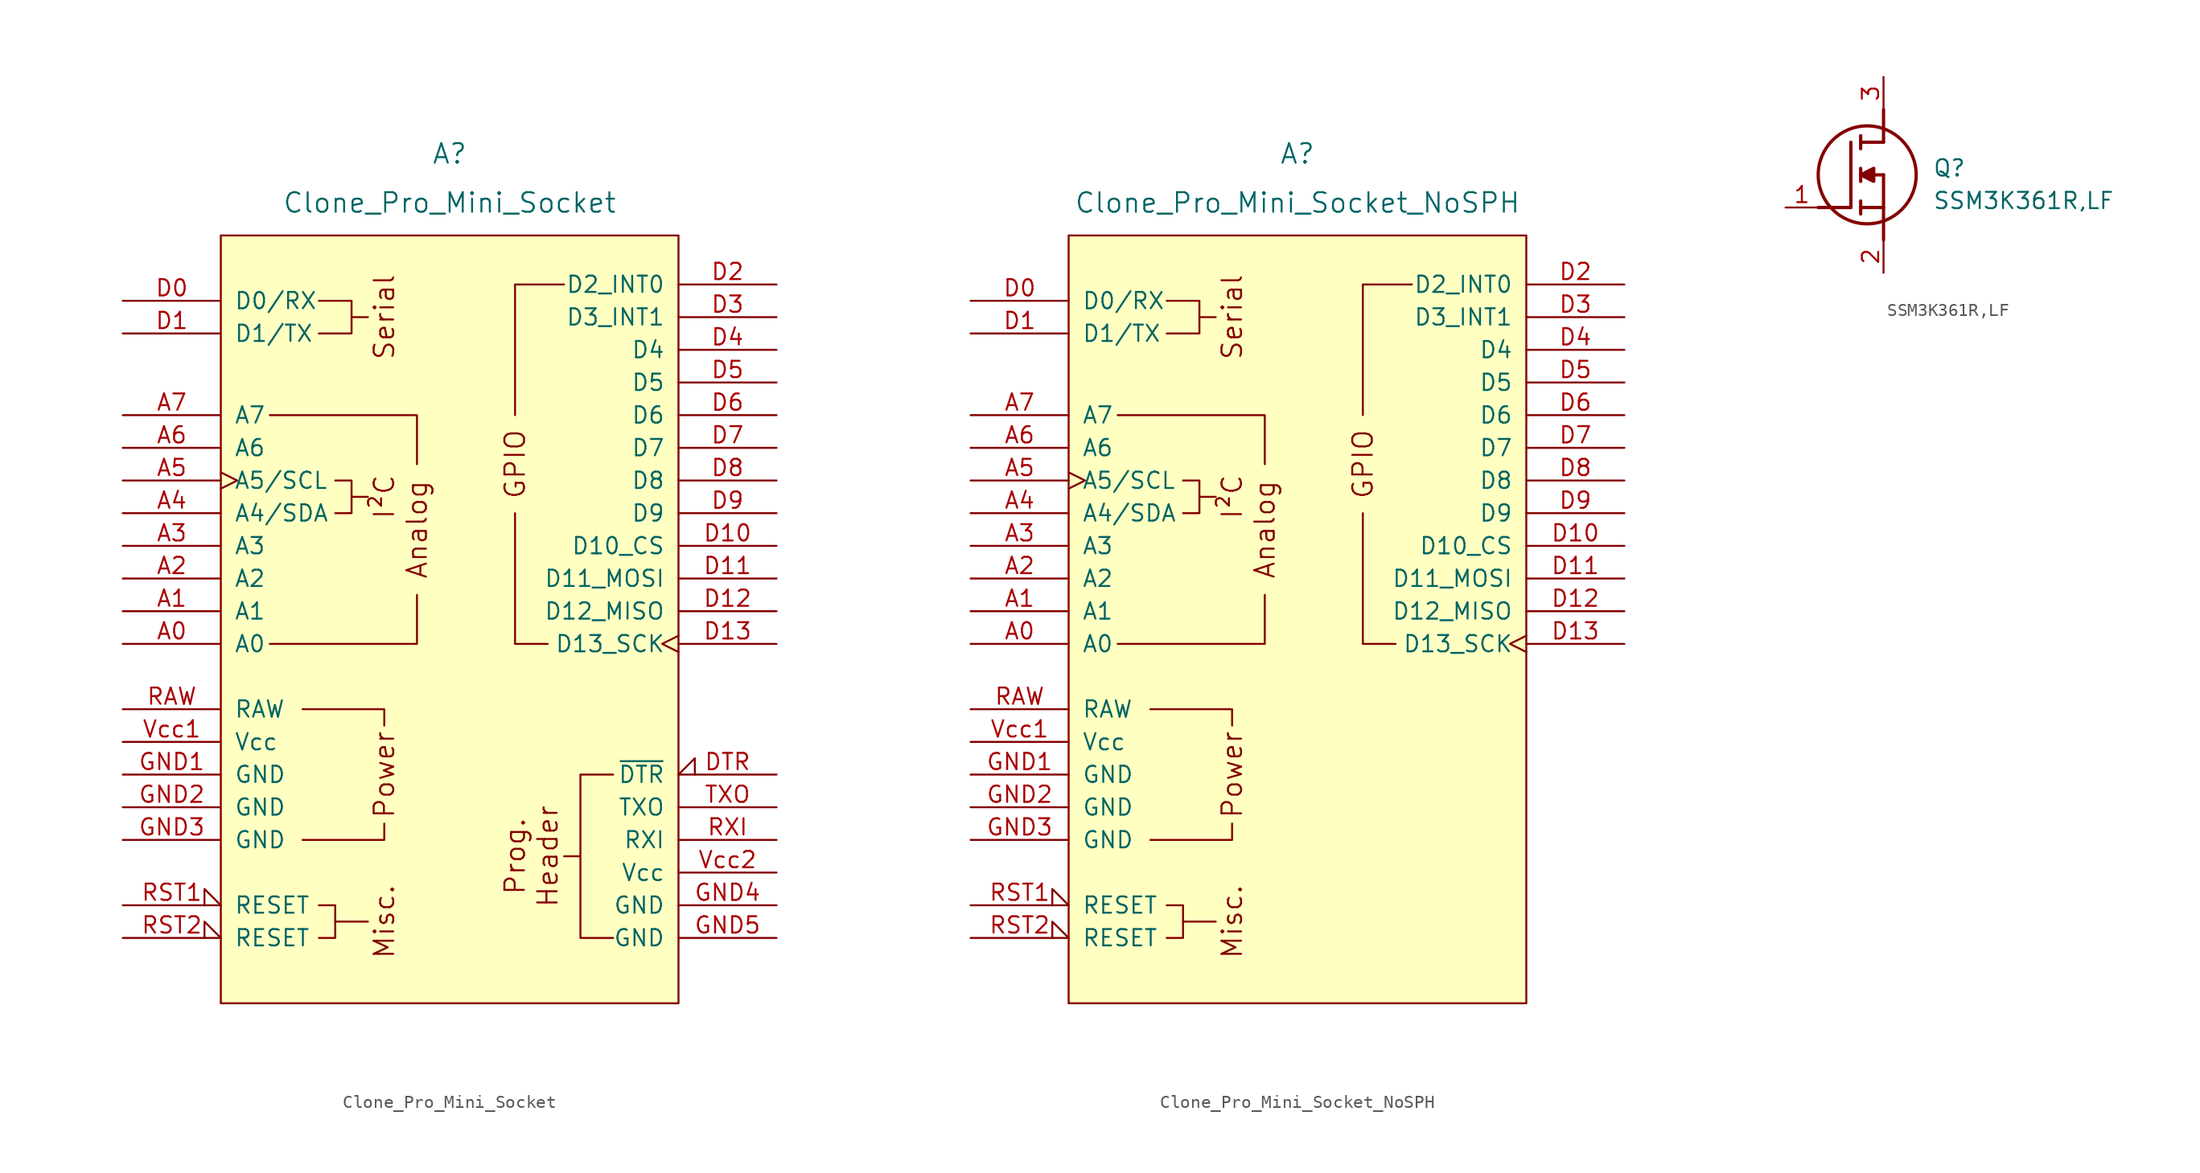
<source format=kicad_sym>
(kicad_symbol_lib
  (version 20241209)
  (generator "kicad_symbol_editor")
  (generator_version "9.0")
  (symbol "Clone_Pro_Mini_Socket"
    (pin_names
      (offset 1.016))
    (property "Reference" "A"
      (at 0 36.83 0)
      (effects (font (size 1.524 1.524))))
    (property "Value" "Clone_Pro_Mini_Socket"
      (at 0 33.02 0)
      (effects (font (size 1.524 1.524))))
    (symbol "Clone_Pro_Mini_Socket_0_0"
      (rectangle (start -17.78 30.48) (end 17.78 -29.21) (stroke (width 0) (type default)) (fill (type background)))
      (polyline (pts (xy -11.43 -16.51) (xy -5.08 -16.51) (xy -5.08 -15.24)) (stroke (width 0) (type default)) (fill (type none)))
      (polyline (pts (xy -10.16 25.4) (xy -7.62 25.4) (xy -7.62 22.86) (xy -10.16 22.86)) (stroke (width 0) (type default)) (fill (type none)))
      (polyline (pts (xy -8.89 11.43) (xy -7.62 11.43) (xy -7.62 8.89) (xy -8.89 8.89)) (stroke (width 0) (type default)) (fill (type none)))
      (polyline (pts (xy -7.62 24.13) (xy -6.35 24.13)) (stroke (width 0) (type default)) (fill (type none)))
      (polyline (pts (xy -7.62 10.16) (xy -6.35 10.16)) (stroke (width 0) (type default)) (fill (type none)))
      (polyline (pts (xy -6.35 -22.86) (xy -8.89 -22.86)) (stroke (width 0) (type default)) (fill (type none)))
      (polyline (pts (xy -5.08 -7.62) (xy -5.08 -6.35) (xy -11.43 -6.35)) (stroke (width 0) (type default)) (fill (type none)))
      (polyline (pts (xy -2.54 12.7) (xy -2.54 16.51) (xy -13.97 16.51)) (stroke (width 0) (type default)) (fill (type none)))
      (polyline (pts (xy -2.54 2.54) (xy -2.54 -1.27) (xy -13.97 -1.27)) (stroke (width 0) (type default)) (fill (type none)))
      (polyline (pts (xy 12.7 -11.43) (xy 10.16 -11.43) (xy 10.16 -16.51) (xy 10.16 -17.78) (xy 8.89 -17.78) (xy 10.16 -17.78) (xy 10.16 -24.13) (xy 12.7 -24.13)) (stroke (width 0) (type default)) (fill (type none)))
      (text "Serial" (at -5.08 24.13 900) (effects (font (size 1.524 1.524))))
      (text "I²C" (at -5.08 10.16 900) (effects (font (size 1.524 1.524))))
      (text "Power" (at -5.08 -11.43 900) (effects (font (size 1.524 1.524))))
      (text "Misc." (at -5.08 -22.86 900) (effects (font (size 1.524 1.524))))
      (text "Analog" (at -2.54 7.62 900) (effects (font (size 1.524 1.524))))
      (text "Prog." (at 5.08 -17.78 900) (effects (font (size 1.524 1.524))))
      (text "Header" (at 7.62 -17.78 900) (effects (font (size 1.524 1.524)))))
    (symbol "Clone_Pro_Mini_Socket_0_1"
      (polyline (pts (xy -10.16 -24.13) (xy -8.89 -24.13) (xy -8.89 -21.59) (xy -10.16 -21.59)) (stroke (width 0) (type default)) (fill (type none)))
      (polyline (pts (xy 7.62 -1.27) (xy 5.08 -1.27) (xy 5.08 8.89)) (stroke (width 0) (type default)) (fill (type none)))
      (polyline (pts (xy 8.89 26.67) (xy 5.08 26.67) (xy 5.08 16.51)) (stroke (width 0) (type default)) (fill (type none))))
    (symbol "Clone_Pro_Mini_Socket_1_0"
      (text "GPIO" (at 5.08 12.7 900) (effects (font (size 1.524 1.524)))))
    (symbol "Clone_Pro_Mini_Socket_1_1"
      (pin bidirectional line (at -25.4 25.4 0) (length 7.62) (name "D0/RX" (effects (font (size 1.27 1.27)))) (number "D0" (effects (font (size 1.27 1.27)))))
      (pin bidirectional line (at -25.4 22.86 0) (length 7.62) (name "D1/TX" (effects (font (size 1.27 1.27)))) (number "D1" (effects (font (size 1.27 1.27)))))
      (pin input line (at -25.4 16.51 0) (length 7.62) (name "A7" (effects (font (size 1.27 1.27)))) (number "A7" (effects (font (size 1.27 1.27)))))
      (pin input line (at -25.4 13.97 0) (length 7.62) (name "A6" (effects (font (size 1.27 1.27)))) (number "A6" (effects (font (size 1.27 1.27)))))
      (pin bidirectional clock (at -25.4 11.43 0) (length 7.62) (name "A5/SCL" (effects (font (size 1.27 1.27)))) (number "A5" (effects (font (size 1.27 1.27)))))
      (pin bidirectional line (at -25.4 8.89 0) (length 7.62) (name "A4/SDA" (effects (font (size 1.27 1.27)))) (number "A4" (effects (font (size 1.27 1.27)))))
      (pin bidirectional line (at -25.4 6.35 0) (length 7.62) (name "A3" (effects (font (size 1.27 1.27)))) (number "A3" (effects (font (size 1.27 1.27)))))
      (pin bidirectional line (at -25.4 3.81 0) (length 7.62) (name "A2" (effects (font (size 1.27 1.27)))) (number "A2" (effects (font (size 1.27 1.27)))))
      (pin bidirectional line (at -25.4 1.27 0) (length 7.62) (name "A1" (effects (font (size 1.27 1.27)))) (number "A1" (effects (font (size 1.27 1.27)))))
      (pin bidirectional line (at -25.4 -1.27 0) (length 7.62) (name "A0" (effects (font (size 1.27 1.27)))) (number "A0" (effects (font (size 1.27 1.27)))))
      (pin power_in line (at -25.4 -6.35 0) (length 7.62) (name "RAW" (effects (font (size 1.27 1.27)))) (number "RAW" (effects (font (size 1.27 1.27)))))
      (pin power_in line (at -25.4 -8.89 0) (length 7.62) (name "Vcc" (effects (font (size 1.27 1.27)))) (number "Vcc1" (effects (font (size 1.27 1.27)))))
      (pin power_in line (at -25.4 -11.43 0) (length 7.62) (name "GND" (effects (font (size 1.27 1.27)))) (number "GND1" (effects (font (size 1.27 1.27)))))
      (pin power_in line (at -25.4 -13.97 0) (length 7.62) (name "GND" (effects (font (size 1.27 1.27)))) (number "GND2" (effects (font (size 1.27 1.27)))))
      (pin power_in line (at -25.4 -16.51 0) (length 7.62) (name "GND" (effects (font (size 1.27 1.27)))) (number "GND3" (effects (font (size 1.27 1.27)))))
      (pin open_collector input_low (at -25.4 -21.59 0) (length 7.62) (name "RESET" (effects (font (size 1.27 1.27)))) (number "RST1" (effects (font (size 1.27 1.27)))))
      (pin open_collector input_low (at -25.4 -24.13 0) (length 7.62) (name "RESET" (effects (font (size 1.27 1.27)))) (number "RST2" (effects (font (size 1.27 1.27)))))
      (pin bidirectional line (at 25.4 26.67 180) (length 7.62) (name "D2_INT0" (effects (font (size 1.27 1.27)))) (number "D2" (effects (font (size 1.27 1.27)))))
      (pin bidirectional line (at 25.4 24.13 180) (length 7.62) (name "D3_INT1" (effects (font (size 1.27 1.27)))) (number "D3" (effects (font (size 1.27 1.27)))))
      (pin bidirectional line (at 25.4 21.59 180) (length 7.62) (name "D4" (effects (font (size 1.27 1.27)))) (number "D4" (effects (font (size 1.27 1.27)))))
      (pin bidirectional line (at 25.4 19.05 180) (length 7.62) (name "D5" (effects (font (size 1.27 1.27)))) (number "D5" (effects (font (size 1.27 1.27)))))
      (pin bidirectional line (at 25.4 16.51 180) (length 7.62) (name "D6" (effects (font (size 1.27 1.27)))) (number "D6" (effects (font (size 1.27 1.27)))))
      (pin bidirectional line (at 25.4 13.97 180) (length 7.62) (name "D7" (effects (font (size 1.27 1.27)))) (number "D7" (effects (font (size 1.27 1.27)))))
      (pin bidirectional line (at 25.4 11.43 180) (length 7.62) (name "D8" (effects (font (size 1.27 1.27)))) (number "D8" (effects (font (size 1.27 1.27)))))
      (pin bidirectional line (at 25.4 8.89 180) (length 7.62) (name "D9" (effects (font (size 1.27 1.27)))) (number "D9" (effects (font (size 1.27 1.27)))))
      (pin bidirectional line (at 25.4 6.35 180) (length 7.62) (name "D10_CS" (effects (font (size 1.27 1.27)))) (number "D10" (effects (font (size 1.27 1.27)))))
      (pin bidirectional line (at 25.4 3.81 180) (length 7.62) (name "D11_MOSI" (effects (font (size 1.27 1.27)))) (number "D11" (effects (font (size 1.27 1.27)))))
      (pin bidirectional line (at 25.4 1.27 180) (length 7.62) (name "D12_MISO" (effects (font (size 1.27 1.27)))) (number "D12" (effects (font (size 1.27 1.27)))))
      (pin bidirectional clock (at 25.4 -1.27 180) (length 7.62) (name "D13_SCK" (effects (font (size 1.27 1.27)))) (number "D13" (effects (font (size 1.27 1.27)))))
      (pin input input_low (at 25.4 -11.43 180) (length 7.62) (name "~{DTR}" (effects (font (size 1.27 1.27)))) (number "DTR" (effects (font (size 1.27 1.27)))))
      (pin output line (at 25.4 -13.97 180) (length 7.62) (name "TXO" (effects (font (size 1.27 1.27)))) (number "TXO" (effects (font (size 1.27 1.27)))))
      (pin input line (at 25.4 -16.51 180) (length 7.62) (name "RXI" (effects (font (size 1.27 1.27)))) (number "RXI" (effects (font (size 1.27 1.27)))))
      (pin power_in line (at 25.4 -19.05 180) (length 7.62) (name "Vcc" (effects (font (size 1.27 1.27)))) (number "Vcc2" (effects (font (size 1.27 1.27)))))
      (pin power_in line (at 25.4 -21.59 180) (length 7.62) (name "GND" (effects (font (size 1.27 1.27)))) (number "GND4" (effects (font (size 1.27 1.27)))))
      (pin power_in line (at 25.4 -24.13 180) (length 7.62) (name "GND" (effects (font (size 1.27 1.27)))) (number "GND5" (effects (font (size 1.27 1.27)))))))
  (symbol "Clone_Pro_Mini_Socket_NoSPH"
    (pin_names
      (offset 1.016))
    (property "Reference" "A"
      (at 0 36.83 0)
      (effects (font (size 1.524 1.524))))
    (property "Value" "Clone_Pro_Mini_Socket_NoSPH"
      (at 0 33.02 0)
      (effects (font (size 1.524 1.524))))
    (symbol "Clone_Pro_Mini_Socket_NoSPH_0_0"
      (rectangle (start -17.78 30.48) (end 17.78 -29.21) (stroke (width 0) (type default)) (fill (type background)))
      (polyline (pts (xy -11.43 -16.51) (xy -5.08 -16.51) (xy -5.08 -15.24)) (stroke (width 0) (type default)) (fill (type none)))
      (polyline (pts (xy -10.16 25.4) (xy -7.62 25.4) (xy -7.62 22.86) (xy -10.16 22.86)) (stroke (width 0) (type default)) (fill (type none)))
      (polyline (pts (xy -8.89 11.43) (xy -7.62 11.43) (xy -7.62 8.89) (xy -8.89 8.89)) (stroke (width 0) (type default)) (fill (type none)))
      (polyline (pts (xy -7.62 24.13) (xy -6.35 24.13)) (stroke (width 0) (type default)) (fill (type none)))
      (polyline (pts (xy -7.62 10.16) (xy -6.35 10.16)) (stroke (width 0) (type default)) (fill (type none)))
      (polyline (pts (xy -6.35 -22.86) (xy -8.89 -22.86)) (stroke (width 0) (type default)) (fill (type none)))
      (polyline (pts (xy -5.08 -7.62) (xy -5.08 -6.35) (xy -11.43 -6.35)) (stroke (width 0) (type default)) (fill (type none)))
      (polyline (pts (xy -2.54 12.7) (xy -2.54 16.51) (xy -13.97 16.51)) (stroke (width 0) (type default)) (fill (type none)))
      (polyline (pts (xy -2.54 2.54) (xy -2.54 -1.27) (xy -13.97 -1.27)) (stroke (width 0) (type default)) (fill (type none)))
      (text "Serial" (at -5.08 24.13 900) (effects (font (size 1.524 1.524))))
      (text "I²C" (at -5.08 10.16 900) (effects (font (size 1.524 1.524))))
      (text "Power" (at -5.08 -11.43 900) (effects (font (size 1.524 1.524))))
      (text "Misc." (at -5.08 -22.86 900) (effects (font (size 1.524 1.524))))
      (text "Analog" (at -2.54 7.62 900) (effects (font (size 1.524 1.524)))))
    (symbol "Clone_Pro_Mini_Socket_NoSPH_0_1"
      (polyline (pts (xy -10.16 -24.13) (xy -8.89 -24.13) (xy -8.89 -21.59) (xy -10.16 -21.59)) (stroke (width 0) (type default)) (fill (type none)))
      (polyline (pts (xy 7.62 -1.27) (xy 5.08 -1.27) (xy 5.08 8.89)) (stroke (width 0) (type default)) (fill (type none)))
      (polyline (pts (xy 8.89 26.67) (xy 5.08 26.67) (xy 5.08 16.51)) (stroke (width 0) (type default)) (fill (type none))))
    (symbol "Clone_Pro_Mini_Socket_NoSPH_1_0"
      (text "GPIO" (at 5.08 12.7 900) (effects (font (size 1.524 1.524)))))
    (symbol "Clone_Pro_Mini_Socket_NoSPH_1_1"
      (pin bidirectional line (at -25.4 25.4 0) (length 7.62) (name "D0/RX" (effects (font (size 1.27 1.27)))) (number "D0" (effects (font (size 1.27 1.27)))))
      (pin bidirectional line (at -25.4 22.86 0) (length 7.62) (name "D1/TX" (effects (font (size 1.27 1.27)))) (number "D1" (effects (font (size 1.27 1.27)))))
      (pin input line (at -25.4 16.51 0) (length 7.62) (name "A7" (effects (font (size 1.27 1.27)))) (number "A7" (effects (font (size 1.27 1.27)))))
      (pin input line (at -25.4 13.97 0) (length 7.62) (name "A6" (effects (font (size 1.27 1.27)))) (number "A6" (effects (font (size 1.27 1.27)))))
      (pin bidirectional clock (at -25.4 11.43 0) (length 7.62) (name "A5/SCL" (effects (font (size 1.27 1.27)))) (number "A5" (effects (font (size 1.27 1.27)))))
      (pin bidirectional line (at -25.4 8.89 0) (length 7.62) (name "A4/SDA" (effects (font (size 1.27 1.27)))) (number "A4" (effects (font (size 1.27 1.27)))))
      (pin bidirectional line (at -25.4 6.35 0) (length 7.62) (name "A3" (effects (font (size 1.27 1.27)))) (number "A3" (effects (font (size 1.27 1.27)))))
      (pin bidirectional line (at -25.4 3.81 0) (length 7.62) (name "A2" (effects (font (size 1.27 1.27)))) (number "A2" (effects (font (size 1.27 1.27)))))
      (pin bidirectional line (at -25.4 1.27 0) (length 7.62) (name "A1" (effects (font (size 1.27 1.27)))) (number "A1" (effects (font (size 1.27 1.27)))))
      (pin bidirectional line (at -25.4 -1.27 0) (length 7.62) (name "A0" (effects (font (size 1.27 1.27)))) (number "A0" (effects (font (size 1.27 1.27)))))
      (pin power_in line (at -25.4 -6.35 0) (length 7.62) (name "RAW" (effects (font (size 1.27 1.27)))) (number "RAW" (effects (font (size 1.27 1.27)))))
      (pin power_in line (at -25.4 -8.89 0) (length 7.62) (name "Vcc" (effects (font (size 1.27 1.27)))) (number "Vcc1" (effects (font (size 1.27 1.27)))))
      (pin power_in line (at -25.4 -11.43 0) (length 7.62) (name "GND" (effects (font (size 1.27 1.27)))) (number "GND1" (effects (font (size 1.27 1.27)))))
      (pin power_in line (at -25.4 -13.97 0) (length 7.62) (name "GND" (effects (font (size 1.27 1.27)))) (number "GND2" (effects (font (size 1.27 1.27)))))
      (pin power_in line (at -25.4 -16.51 0) (length 7.62) (name "GND" (effects (font (size 1.27 1.27)))) (number "GND3" (effects (font (size 1.27 1.27)))))
      (pin open_collector input_low (at -25.4 -21.59 0) (length 7.62) (name "RESET" (effects (font (size 1.27 1.27)))) (number "RST1" (effects (font (size 1.27 1.27)))))
      (pin open_collector input_low (at -25.4 -24.13 0) (length 7.62) (name "RESET" (effects (font (size 1.27 1.27)))) (number "RST2" (effects (font (size 1.27 1.27)))))
      (pin bidirectional line (at 25.4 26.67 180) (length 7.62) (name "D2_INT0" (effects (font (size 1.27 1.27)))) (number "D2" (effects (font (size 1.27 1.27)))))
      (pin bidirectional line (at 25.4 24.13 180) (length 7.62) (name "D3_INT1" (effects (font (size 1.27 1.27)))) (number "D3" (effects (font (size 1.27 1.27)))))
      (pin bidirectional line (at 25.4 21.59 180) (length 7.62) (name "D4" (effects (font (size 1.27 1.27)))) (number "D4" (effects (font (size 1.27 1.27)))))
      (pin bidirectional line (at 25.4 19.05 180) (length 7.62) (name "D5" (effects (font (size 1.27 1.27)))) (number "D5" (effects (font (size 1.27 1.27)))))
      (pin bidirectional line (at 25.4 16.51 180) (length 7.62) (name "D6" (effects (font (size 1.27 1.27)))) (number "D6" (effects (font (size 1.27 1.27)))))
      (pin bidirectional line (at 25.4 13.97 180) (length 7.62) (name "D7" (effects (font (size 1.27 1.27)))) (number "D7" (effects (font (size 1.27 1.27)))))
      (pin bidirectional line (at 25.4 11.43 180) (length 7.62) (name "D8" (effects (font (size 1.27 1.27)))) (number "D8" (effects (font (size 1.27 1.27)))))
      (pin bidirectional line (at 25.4 8.89 180) (length 7.62) (name "D9" (effects (font (size 1.27 1.27)))) (number "D9" (effects (font (size 1.27 1.27)))))
      (pin bidirectional line (at 25.4 6.35 180) (length 7.62) (name "D10_CS" (effects (font (size 1.27 1.27)))) (number "D10" (effects (font (size 1.27 1.27)))))
      (pin bidirectional line (at 25.4 3.81 180) (length 7.62) (name "D11_MOSI" (effects (font (size 1.27 1.27)))) (number "D11" (effects (font (size 1.27 1.27)))))
      (pin bidirectional line (at 25.4 1.27 180) (length 7.62) (name "D12_MISO" (effects (font (size 1.27 1.27)))) (number "D12" (effects (font (size 1.27 1.27)))))
      (pin bidirectional clock (at 25.4 -1.27 180) (length 7.62) (name "D13_SCK" (effects (font (size 1.27 1.27)))) (number "D13" (effects (font (size 1.27 1.27)))))))
  (symbol "SSM3K361R,LF"
    (pin_names
      (hide yes))
    (property "Reference" "Q"
      (at 11.43 3.81 0)
      (effects (font (size 1.27 1.27)) (justify left top)))
    (property "Value" "SSM3K361R,LF"
      (at 11.43 1.27 0)
      (effects (font (size 1.27 1.27)) (justify left top)))
    (symbol "SSM3K361R,LF_1_1"
      (polyline (pts (xy 2.54 0) (xy 5.08 0)) (stroke (width 0.254) (type default)) (fill (type none)))
      (polyline (pts (xy 5.08 5.08) (xy 5.08 0)) (stroke (width 0.254) (type default)) (fill (type none)))
      (polyline (pts (xy 5.842 5.588) (xy 5.842 4.572)) (stroke (width 0.254) (type default)) (fill (type none)))
      (polyline (pts (xy 5.842 2.54) (xy 6.858 3.048) (xy 6.858 2.032) (xy 5.842 2.54)) (stroke (width 0.254) (type default)) (fill (type outline)))
      (polyline (pts (xy 5.842 2.032) (xy 5.842 3.048)) (stroke (width 0.254) (type default)) (fill (type none)))
      (polyline (pts (xy 5.842 0) (xy 7.62 0)) (stroke (width 0.254) (type default)) (fill (type none)))
      (polyline (pts (xy 5.842 -0.508) (xy 5.842 0.508)) (stroke (width 0.254) (type default)) (fill (type none)))
      (circle (center 6.35 2.54) (radius 3.81) (stroke (width 0.254) (type default)) (fill (type none)))
      (polyline (pts (xy 7.62 5.08) (xy 5.842 5.08)) (stroke (width 0.254) (type default)) (fill (type none)))
      (polyline (pts (xy 7.62 5.08) (xy 7.62 7.62)) (stroke (width 0.254) (type default)) (fill (type none)))
      (polyline (pts (xy 7.62 2.54) (xy 5.842 2.54)) (stroke (width 0.254) (type default)) (fill (type none)))
      (polyline (pts (xy 7.62 2.54) (xy 7.62 -2.54)) (stroke (width 0.254) (type default)) (fill (type none)))
      (pin passive line (at 0 0 0) (length 2.54) (name "G" (effects (font (size 1.27 1.27)))) (number "1" (effects (font (size 1.27 1.27)))))
      (pin passive line (at 7.62 10.16 270) (length 2.54) (name "D" (effects (font (size 1.27 1.27)))) (number "3" (effects (font (size 1.27 1.27)))))
      (pin passive line (at 7.62 -5.08 90) (length 2.54) (name "S" (effects (font (size 1.27 1.27)))) (number "2" (effects (font (size 1.27 1.27))))))))
</source>
